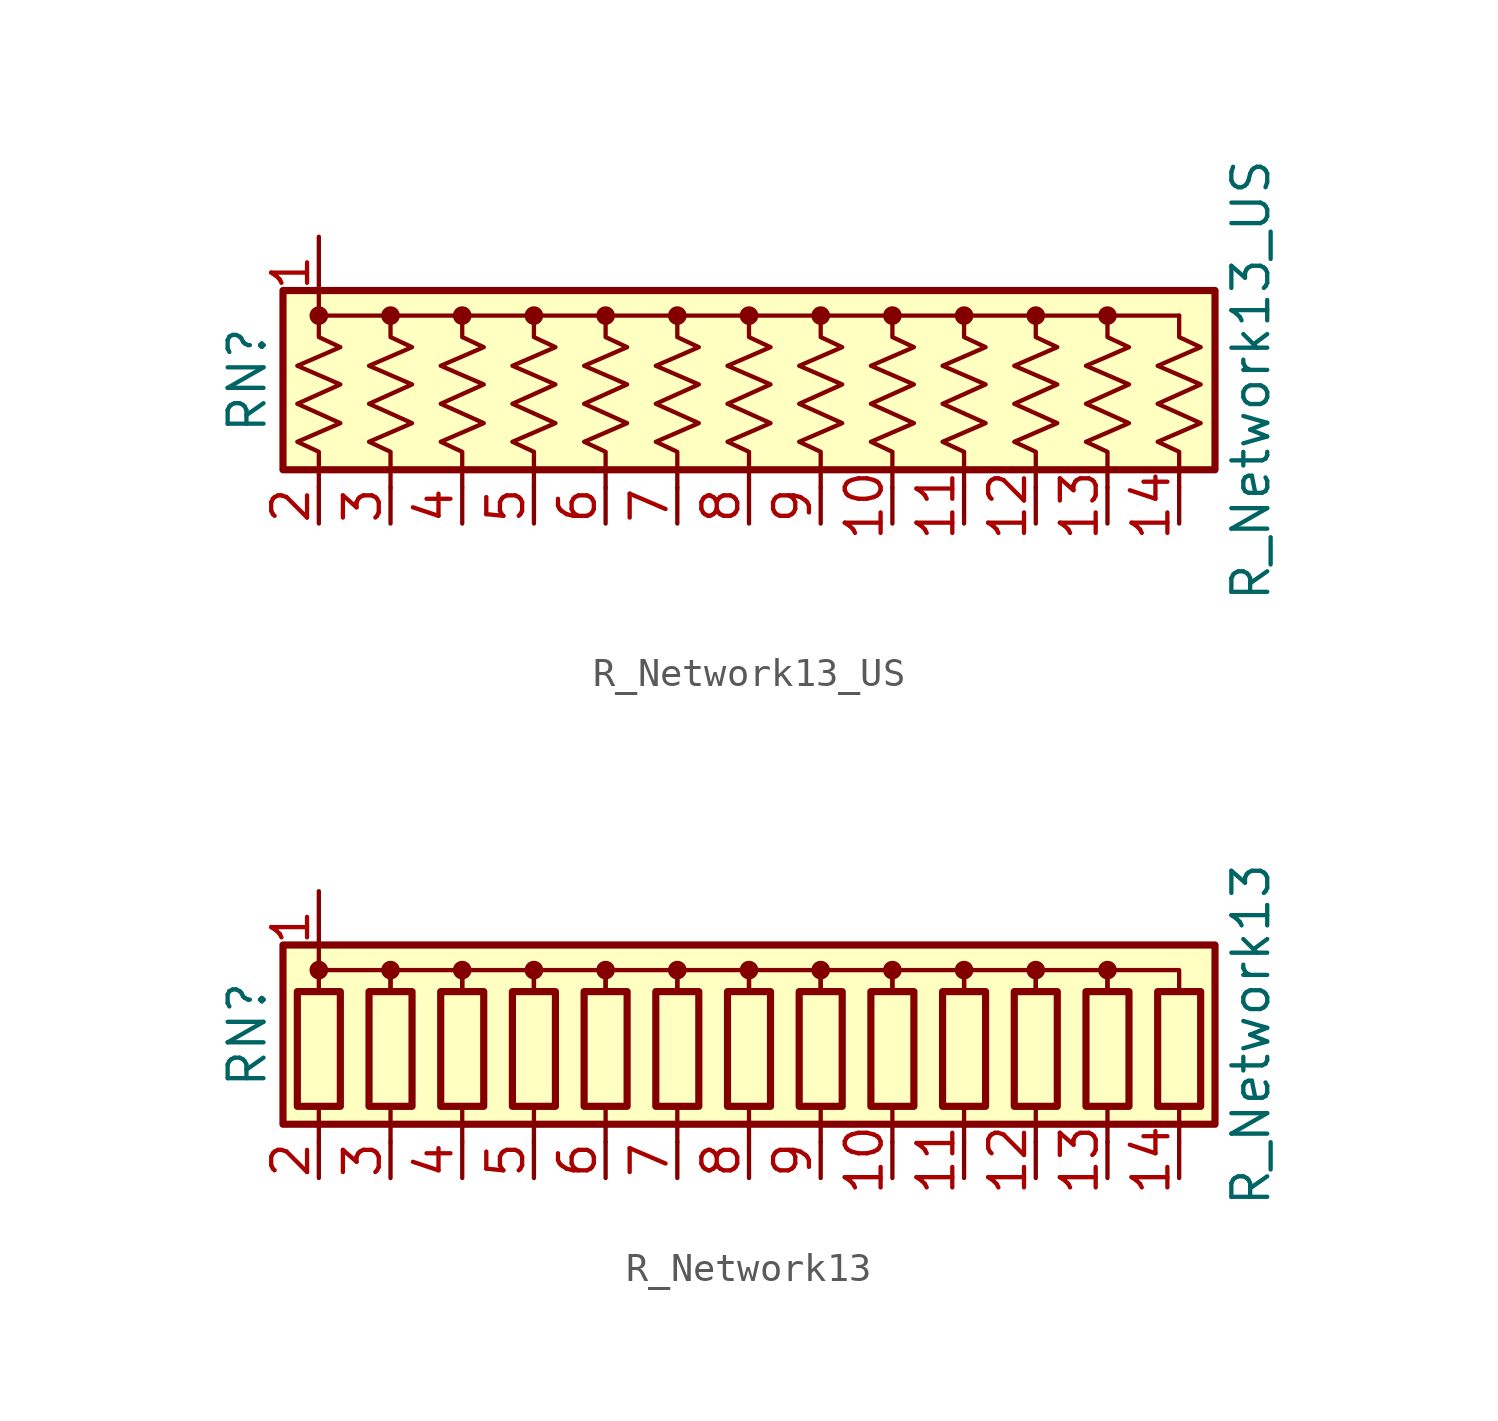
<source format=kicad_sym>
(kicad_symbol_lib
  (version 20201005)
  (generator kicad_symbol_editor)
  (symbol "R_Network13_US"
    (pin_names
      (offset 0) hide)
    (property "Reference" "RN"
      (at -17.78 0 90)
      (effects (font (size 1.27 1.27))))
    (property "Value" "R_Network13_US"
      (at 17.78 0 90)
      (effects (font (size 1.27 1.27))))
    (symbol "R_Network13_US_0_1"
      (circle (center -15.24 2.286) (radius 0.254) (stroke (width 0)) (fill (type outline)))
      (circle (center -12.7 2.286) (radius 0.254) (stroke (width 0)) (fill (type outline)))
      (circle (center -10.16 2.286) (radius 0.254) (stroke (width 0)) (fill (type outline)))
      (circle (center -7.62 2.286) (radius 0.254) (stroke (width 0)) (fill (type outline)))
      (circle (center -5.08 2.286) (radius 0.254) (stroke (width 0)) (fill (type outline)))
      (circle (center -2.54 2.286) (radius 0.254) (stroke (width 0)) (fill (type outline)))
      (circle (center 0 2.286) (radius 0.254) (stroke (width 0)) (fill (type outline)))
      (circle (center 2.54 2.286) (radius 0.254) (stroke (width 0)) (fill (type outline)))
      (circle (center 5.08 2.286) (radius 0.254) (stroke (width 0)) (fill (type outline)))
      (circle (center 7.62 2.286) (radius 0.254) (stroke (width 0)) (fill (type outline)))
      (circle (center 10.16 2.286) (radius 0.254) (stroke (width 0)) (fill (type outline)))
      (circle (center 12.7 2.286) (radius 0.254) (stroke (width 0)) (fill (type outline)))
      (rectangle (start -16.51 -3.175) (end 16.51 3.175) (stroke (width 0.254)) (fill (type background)))
      (polyline (pts (xy -15.24 2.286) (xy 15.24 2.286)) (stroke (width 0)) (fill (type none)))
      (polyline (pts (xy -15.24 2.286) (xy -15.24 1.524) (xy -14.478 1.168) (xy -16.002 0.508) (xy -14.478 -0.152) (xy -16.002 -0.838) (xy -14.478 -1.524) (xy -16.002 -2.184) (xy -15.24 -2.54) (xy -15.24 -3.81)) (stroke (width 0)) (fill (type none)))
      (polyline (pts (xy -12.7 2.286) (xy -12.7 1.524) (xy -11.938 1.168) (xy -13.462 0.508) (xy -11.938 -0.152) (xy -13.462 -0.838) (xy -11.938 -1.524) (xy -13.462 -2.184) (xy -12.7 -2.54) (xy -12.7 -3.81)) (stroke (width 0)) (fill (type none)))
      (polyline (pts (xy -10.16 2.286) (xy -10.16 1.524) (xy -9.398 1.168) (xy -10.922 0.508) (xy -9.398 -0.152) (xy -10.922 -0.838) (xy -9.398 -1.524) (xy -10.922 -2.184) (xy -10.16 -2.54) (xy -10.16 -3.81)) (stroke (width 0)) (fill (type none)))
      (polyline (pts (xy -7.62 2.286) (xy -7.62 1.524) (xy -6.858 1.168) (xy -8.382 0.508) (xy -6.858 -0.152) (xy -8.382 -0.838) (xy -6.858 -1.524) (xy -8.382 -2.184) (xy -7.62 -2.54) (xy -7.62 -3.81)) (stroke (width 0)) (fill (type none)))
      (polyline (pts (xy -5.08 2.286) (xy -5.08 1.524) (xy -4.318 1.168) (xy -5.842 0.508) (xy -4.318 -0.152) (xy -5.842 -0.838) (xy -4.318 -1.524) (xy -5.842 -2.184) (xy -5.08 -2.54) (xy -5.08 -3.81)) (stroke (width 0)) (fill (type none)))
      (polyline (pts (xy -2.54 2.286) (xy -2.54 1.524) (xy -1.778 1.168) (xy -3.302 0.508) (xy -1.778 -0.152) (xy -3.302 -0.838) (xy -1.778 -1.524) (xy -3.302 -2.184) (xy -2.54 -2.54) (xy -2.54 -3.81)) (stroke (width 0)) (fill (type none)))
      (polyline (pts (xy 0 2.286) (xy 0 1.524) (xy 0.762 1.168) (xy -0.762 0.508) (xy 0.762 -0.152) (xy -0.762 -0.838) (xy 0.762 -1.524) (xy -0.762 -2.184) (xy 0 -2.54) (xy 0 -3.81)) (stroke (width 0)) (fill (type none)))
      (polyline (pts (xy 2.54 2.286) (xy 2.54 1.524) (xy 3.302 1.168) (xy 1.778 0.508) (xy 3.302 -0.152) (xy 1.778 -0.838) (xy 3.302 -1.524) (xy 1.778 -2.184) (xy 2.54 -2.54) (xy 2.54 -3.81)) (stroke (width 0)) (fill (type none)))
      (polyline (pts (xy 5.08 2.286) (xy 5.08 1.524) (xy 5.842 1.168) (xy 4.318 0.508) (xy 5.842 -0.152) (xy 4.318 -0.838) (xy 5.842 -1.524) (xy 4.318 -2.184) (xy 5.08 -2.54) (xy 5.08 -3.81)) (stroke (width 0)) (fill (type none)))
      (polyline (pts (xy 7.62 2.286) (xy 7.62 1.524) (xy 8.382 1.168) (xy 6.858 0.508) (xy 8.382 -0.152) (xy 6.858 -0.838) (xy 8.382 -1.524) (xy 6.858 -2.184) (xy 7.62 -2.54) (xy 7.62 -3.81)) (stroke (width 0)) (fill (type none)))
      (polyline (pts (xy 10.16 2.286) (xy 10.16 1.524) (xy 10.922 1.168) (xy 9.398 0.508) (xy 10.922 -0.152) (xy 9.398 -0.838) (xy 10.922 -1.524) (xy 9.398 -2.184) (xy 10.16 -2.54) (xy 10.16 -3.81)) (stroke (width 0)) (fill (type none)))
      (polyline (pts (xy 12.7 2.286) (xy 12.7 1.524) (xy 13.462 1.168) (xy 11.938 0.508) (xy 13.462 -0.152) (xy 11.938 -0.838) (xy 13.462 -1.524) (xy 11.938 -2.184) (xy 12.7 -2.54) (xy 12.7 -3.81)) (stroke (width 0)) (fill (type none)))
      (polyline (pts (xy 15.24 2.286) (xy 15.24 1.524) (xy 16.002 1.168) (xy 14.478 0.508) (xy 16.002 -0.152) (xy 14.478 -0.838) (xy 16.002 -1.524) (xy 14.478 -2.184) (xy 15.24 -2.54) (xy 15.24 -3.81)) (stroke (width 0)) (fill (type none))))
    (symbol "R_Network13_US_1_1"
      (pin passive line (at -15.24 5.08 270) (length 2.54) (name "common" (effects (font (size 1.27 1.27)))) (number "1" (effects (font (size 1.27 1.27)))))
      (pin passive line (at 5.08 -5.08 90) (length 1.27) (name "R9" (effects (font (size 1.27 1.27)))) (number "10" (effects (font (size 1.27 1.27)))))
      (pin passive line (at 7.62 -5.08 90) (length 1.27) (name "R10" (effects (font (size 1.27 1.27)))) (number "11" (effects (font (size 1.27 1.27)))))
      (pin passive line (at 10.16 -5.08 90) (length 1.27) (name "R11" (effects (font (size 1.27 1.27)))) (number "12" (effects (font (size 1.27 1.27)))))
      (pin passive line (at 12.7 -5.08 90) (length 1.27) (name "R12" (effects (font (size 1.27 1.27)))) (number "13" (effects (font (size 1.27 1.27)))))
      (pin passive line (at 15.24 -5.08 90) (length 1.27) (name "R13" (effects (font (size 1.27 1.27)))) (number "14" (effects (font (size 1.27 1.27)))))
      (pin passive line (at -15.24 -5.08 90) (length 1.27) (name "R1" (effects (font (size 1.27 1.27)))) (number "2" (effects (font (size 1.27 1.27)))))
      (pin passive line (at -12.7 -5.08 90) (length 1.27) (name "R2" (effects (font (size 1.27 1.27)))) (number "3" (effects (font (size 1.27 1.27)))))
      (pin passive line (at -10.16 -5.08 90) (length 1.27) (name "R3" (effects (font (size 1.27 1.27)))) (number "4" (effects (font (size 1.27 1.27)))))
      (pin passive line (at -7.62 -5.08 90) (length 1.27) (name "R4" (effects (font (size 1.27 1.27)))) (number "5" (effects (font (size 1.27 1.27)))))
      (pin passive line (at -5.08 -5.08 90) (length 1.27) (name "R5" (effects (font (size 1.27 1.27)))) (number "6" (effects (font (size 1.27 1.27)))))
      (pin passive line (at -2.54 -5.08 90) (length 1.27) (name "R6" (effects (font (size 1.27 1.27)))) (number "7" (effects (font (size 1.27 1.27)))))
      (pin passive line (at 0 -5.08 90) (length 1.27) (name "R7" (effects (font (size 1.27 1.27)))) (number "8" (effects (font (size 1.27 1.27)))))
      (pin passive line (at 2.54 -5.08 90) (length 1.27) (name "R8" (effects (font (size 1.27 1.27)))) (number "9" (effects (font (size 1.27 1.27)))))))
  (symbol "R_Network13"
    (pin_names
      (offset 0) hide)
    (property "Reference" "RN"
      (at -17.78 0 90)
      (effects (font (size 1.27 1.27))))
    (property "Value" "R_Network13"
      (at 17.78 0 90)
      (effects (font (size 1.27 1.27))))
    (symbol "R_Network13_0_1"
      (circle (center -15.24 2.286) (radius 0.254) (stroke (width 0)) (fill (type outline)))
      (circle (center -12.7 2.286) (radius 0.254) (stroke (width 0)) (fill (type outline)))
      (circle (center -10.16 2.286) (radius 0.254) (stroke (width 0)) (fill (type outline)))
      (circle (center -7.62 2.286) (radius 0.254) (stroke (width 0)) (fill (type outline)))
      (circle (center -5.08 2.286) (radius 0.254) (stroke (width 0)) (fill (type outline)))
      (circle (center -2.54 2.286) (radius 0.254) (stroke (width 0)) (fill (type outline)))
      (circle (center 0 2.286) (radius 0.254) (stroke (width 0)) (fill (type outline)))
      (circle (center 2.54 2.286) (radius 0.254) (stroke (width 0)) (fill (type outline)))
      (circle (center 5.08 2.286) (radius 0.254) (stroke (width 0)) (fill (type outline)))
      (circle (center 7.62 2.286) (radius 0.254) (stroke (width 0)) (fill (type outline)))
      (circle (center 10.16 2.286) (radius 0.254) (stroke (width 0)) (fill (type outline)))
      (circle (center 12.7 2.286) (radius 0.254) (stroke (width 0)) (fill (type outline)))
      (rectangle (start -16.002 1.524) (end -14.478 -2.54) (stroke (width 0.254)) (fill (type none)))
      (rectangle (start -13.462 1.524) (end -11.938 -2.54) (stroke (width 0.254)) (fill (type none)))
      (rectangle (start -10.922 1.524) (end -9.398 -2.54) (stroke (width 0.254)) (fill (type none)))
      (rectangle (start -8.382 1.524) (end -6.858 -2.54) (stroke (width 0.254)) (fill (type none)))
      (rectangle (start -5.842 1.524) (end -4.318 -2.54) (stroke (width 0.254)) (fill (type none)))
      (rectangle (start -3.302 1.524) (end -1.778 -2.54) (stroke (width 0.254)) (fill (type none)))
      (rectangle (start -0.762 1.524) (end 0.762 -2.54) (stroke (width 0.254)) (fill (type none)))
      (rectangle (start 1.778 1.524) (end 3.302 -2.54) (stroke (width 0.254)) (fill (type none)))
      (rectangle (start 4.318 1.524) (end 5.842 -2.54) (stroke (width 0.254)) (fill (type none)))
      (rectangle (start 6.858 1.524) (end 8.382 -2.54) (stroke (width 0.254)) (fill (type none)))
      (rectangle (start 9.398 1.524) (end 10.922 -2.54) (stroke (width 0.254)) (fill (type none)))
      (rectangle (start 11.938 1.524) (end 13.462 -2.54) (stroke (width 0.254)) (fill (type none)))
      (rectangle (start 14.478 1.524) (end 16.002 -2.54) (stroke (width 0.254)) (fill (type none)))
      (rectangle (start -16.51 -3.175) (end 16.51 3.175) (stroke (width 0.254)) (fill (type background)))
      (polyline (pts (xy -15.24 -2.54) (xy -15.24 -3.81)) (stroke (width 0)) (fill (type none)))
      (polyline (pts (xy -12.7 -2.54) (xy -12.7 -3.81)) (stroke (width 0)) (fill (type none)))
      (polyline (pts (xy -10.16 -2.54) (xy -10.16 -3.81)) (stroke (width 0)) (fill (type none)))
      (polyline (pts (xy -7.62 -2.54) (xy -7.62 -3.81)) (stroke (width 0)) (fill (type none)))
      (polyline (pts (xy -5.08 -2.54) (xy -5.08 -3.81)) (stroke (width 0)) (fill (type none)))
      (polyline (pts (xy -2.54 -2.54) (xy -2.54 -3.81)) (stroke (width 0)) (fill (type none)))
      (polyline (pts (xy 0 -2.54) (xy 0 -3.81)) (stroke (width 0)) (fill (type none)))
      (polyline (pts (xy 2.54 -2.54) (xy 2.54 -3.81)) (stroke (width 0)) (fill (type none)))
      (polyline (pts (xy 5.08 -2.54) (xy 5.08 -3.81)) (stroke (width 0)) (fill (type none)))
      (polyline (pts (xy 7.62 -2.54) (xy 7.62 -3.81)) (stroke (width 0)) (fill (type none)))
      (polyline (pts (xy 10.16 -2.54) (xy 10.16 -3.81)) (stroke (width 0)) (fill (type none)))
      (polyline (pts (xy 12.7 -2.54) (xy 12.7 -3.81)) (stroke (width 0)) (fill (type none)))
      (polyline (pts (xy 15.24 -2.54) (xy 15.24 -3.81)) (stroke (width 0)) (fill (type none)))
      (polyline (pts (xy -15.24 1.524) (xy -15.24 2.286) (xy -12.7 2.286) (xy -12.7 1.524)) (stroke (width 0)) (fill (type none)))
      (polyline (pts (xy -12.7 1.524) (xy -12.7 2.286) (xy -10.16 2.286) (xy -10.16 1.524)) (stroke (width 0)) (fill (type none)))
      (polyline (pts (xy -10.16 1.524) (xy -10.16 2.286) (xy -7.62 2.286) (xy -7.62 1.524)) (stroke (width 0)) (fill (type none)))
      (polyline (pts (xy -7.62 1.524) (xy -7.62 2.286) (xy -5.08 2.286) (xy -5.08 1.524)) (stroke (width 0)) (fill (type none)))
      (polyline (pts (xy -5.08 1.524) (xy -5.08 2.286) (xy -2.54 2.286) (xy -2.54 1.524)) (stroke (width 0)) (fill (type none)))
      (polyline (pts (xy -2.54 1.524) (xy -2.54 2.286) (xy 0 2.286) (xy 0 1.524)) (stroke (width 0)) (fill (type none)))
      (polyline (pts (xy 0 1.524) (xy 0 2.286) (xy 2.54 2.286) (xy 2.54 1.524)) (stroke (width 0)) (fill (type none)))
      (polyline (pts (xy 2.54 1.524) (xy 2.54 2.286) (xy 5.08 2.286) (xy 5.08 1.524)) (stroke (width 0)) (fill (type none)))
      (polyline (pts (xy 5.08 1.524) (xy 5.08 2.286) (xy 7.62 2.286) (xy 7.62 1.524)) (stroke (width 0)) (fill (type none)))
      (polyline (pts (xy 7.62 1.524) (xy 7.62 2.286) (xy 10.16 2.286) (xy 10.16 1.524)) (stroke (width 0)) (fill (type none)))
      (polyline (pts (xy 10.16 1.524) (xy 10.16 2.286) (xy 12.7 2.286) (xy 12.7 1.524)) (stroke (width 0)) (fill (type none)))
      (polyline (pts (xy 12.7 1.524) (xy 12.7 2.286) (xy 15.24 2.286) (xy 15.24 1.524)) (stroke (width 0)) (fill (type none))))
    (symbol "R_Network13_1_1"
      (pin passive line (at -15.24 5.08 270) (length 2.54) (name "common" (effects (font (size 1.27 1.27)))) (number "1" (effects (font (size 1.27 1.27)))))
      (pin passive line (at 5.08 -5.08 90) (length 1.27) (name "R9" (effects (font (size 1.27 1.27)))) (number "10" (effects (font (size 1.27 1.27)))))
      (pin passive line (at 7.62 -5.08 90) (length 1.27) (name "R10" (effects (font (size 1.27 1.27)))) (number "11" (effects (font (size 1.27 1.27)))))
      (pin passive line (at 10.16 -5.08 90) (length 1.27) (name "R11" (effects (font (size 1.27 1.27)))) (number "12" (effects (font (size 1.27 1.27)))))
      (pin passive line (at 12.7 -5.08 90) (length 1.27) (name "R12" (effects (font (size 1.27 1.27)))) (number "13" (effects (font (size 1.27 1.27)))))
      (pin passive line (at 15.24 -5.08 90) (length 1.27) (name "R13" (effects (font (size 1.27 1.27)))) (number "14" (effects (font (size 1.27 1.27)))))
      (pin passive line (at -15.24 -5.08 90) (length 1.27) (name "R1" (effects (font (size 1.27 1.27)))) (number "2" (effects (font (size 1.27 1.27)))))
      (pin passive line (at -12.7 -5.08 90) (length 1.27) (name "R2" (effects (font (size 1.27 1.27)))) (number "3" (effects (font (size 1.27 1.27)))))
      (pin passive line (at -10.16 -5.08 90) (length 1.27) (name "R3" (effects (font (size 1.27 1.27)))) (number "4" (effects (font (size 1.27 1.27)))))
      (pin passive line (at -7.62 -5.08 90) (length 1.27) (name "R4" (effects (font (size 1.27 1.27)))) (number "5" (effects (font (size 1.27 1.27)))))
      (pin passive line (at -5.08 -5.08 90) (length 1.27) (name "R5" (effects (font (size 1.27 1.27)))) (number "6" (effects (font (size 1.27 1.27)))))
      (pin passive line (at -2.54 -5.08 90) (length 1.27) (name "R6" (effects (font (size 1.27 1.27)))) (number "7" (effects (font (size 1.27 1.27)))))
      (pin passive line (at 0 -5.08 90) (length 1.27) (name "R7" (effects (font (size 1.27 1.27)))) (number "8" (effects (font (size 1.27 1.27)))))
      (pin passive line (at 2.54 -5.08 90) (length 1.27) (name "R8" (effects (font (size 1.27 1.27)))) (number "9" (effects (font (size 1.27 1.27))))))))
</source>
